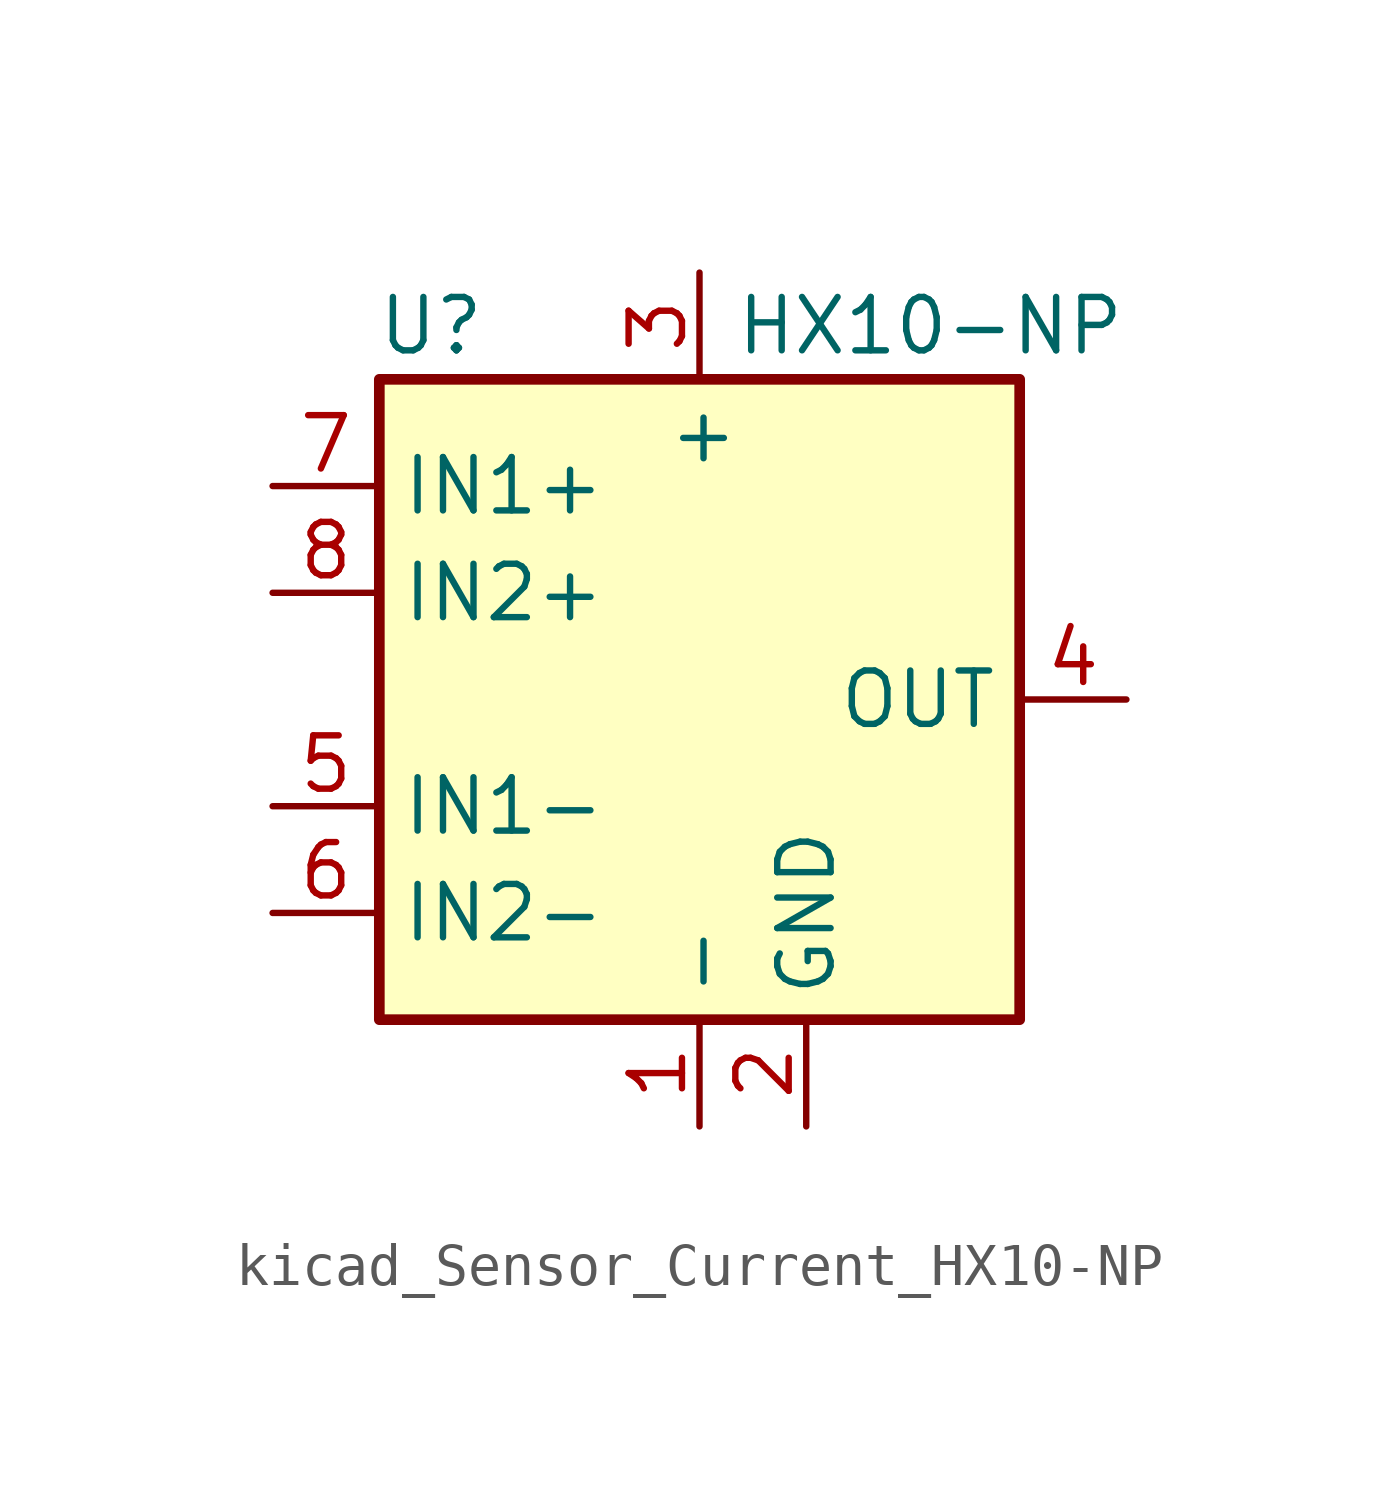
<source format=kicad_sym>
(kicad_symbol_lib
  (version 20220914)
  (generator kicad_symbol_editor)
  (symbol "kicad_Sensor_Current_HX10-NP"
    (property "Reference" "U"
      (at -5.08 8.89 0)
      (effects (font (size 1.27 1.27)) (justify right)))
    (property "Value" "HX10-NP"
      (at 10.16 8.89 0)
      (effects (font (size 1.27 1.27)) (justify right)))
    (symbol "kicad_Sensor_Current_HX10-NP_0_1"
      (rectangle (start -7.62 7.62) (end 7.62 -7.62) (stroke (width 0.254) (type default)) (fill (type background))))
    (symbol "kicad_Sensor_Current_HX10-NP_1_1"
      (pin power_in line (at 0 -10.16 90) (length 2.54) (name "-" (effects (font (size 1.27 1.27)))) (number "1" (effects (font (size 1.27 1.27)))))
      (pin power_in line (at 2.54 -10.16 90) (length 2.54) (name "GND" (effects (font (size 1.27 1.27)))) (number "2" (effects (font (size 1.27 1.27)))))
      (pin power_in line (at 0 10.16 270) (length 2.54) (name "+" (effects (font (size 1.27 1.27)))) (number "3" (effects (font (size 1.27 1.27)))))
      (pin output line (at 10.16 0 180) (length 2.54) (name "OUT" (effects (font (size 1.27 1.27)))) (number "4" (effects (font (size 1.27 1.27)))))
      (pin passive line (at -10.16 -2.54 0) (length 2.54) (name "IN1-" (effects (font (size 1.27 1.27)))) (number "5" (effects (font (size 1.27 1.27)))))
      (pin passive line (at -10.16 -5.08 0) (length 2.54) (name "IN2-" (effects (font (size 1.27 1.27)))) (number "6" (effects (font (size 1.27 1.27)))))
      (pin passive line (at -10.16 5.08 0) (length 2.54) (name "IN1+" (effects (font (size 1.27 1.27)))) (number "7" (effects (font (size 1.27 1.27)))))
      (pin passive line (at -10.16 2.54 0) (length 2.54) (name "IN2+" (effects (font (size 1.27 1.27)))) (number "8" (effects (font (size 1.27 1.27))))))))
</source>
